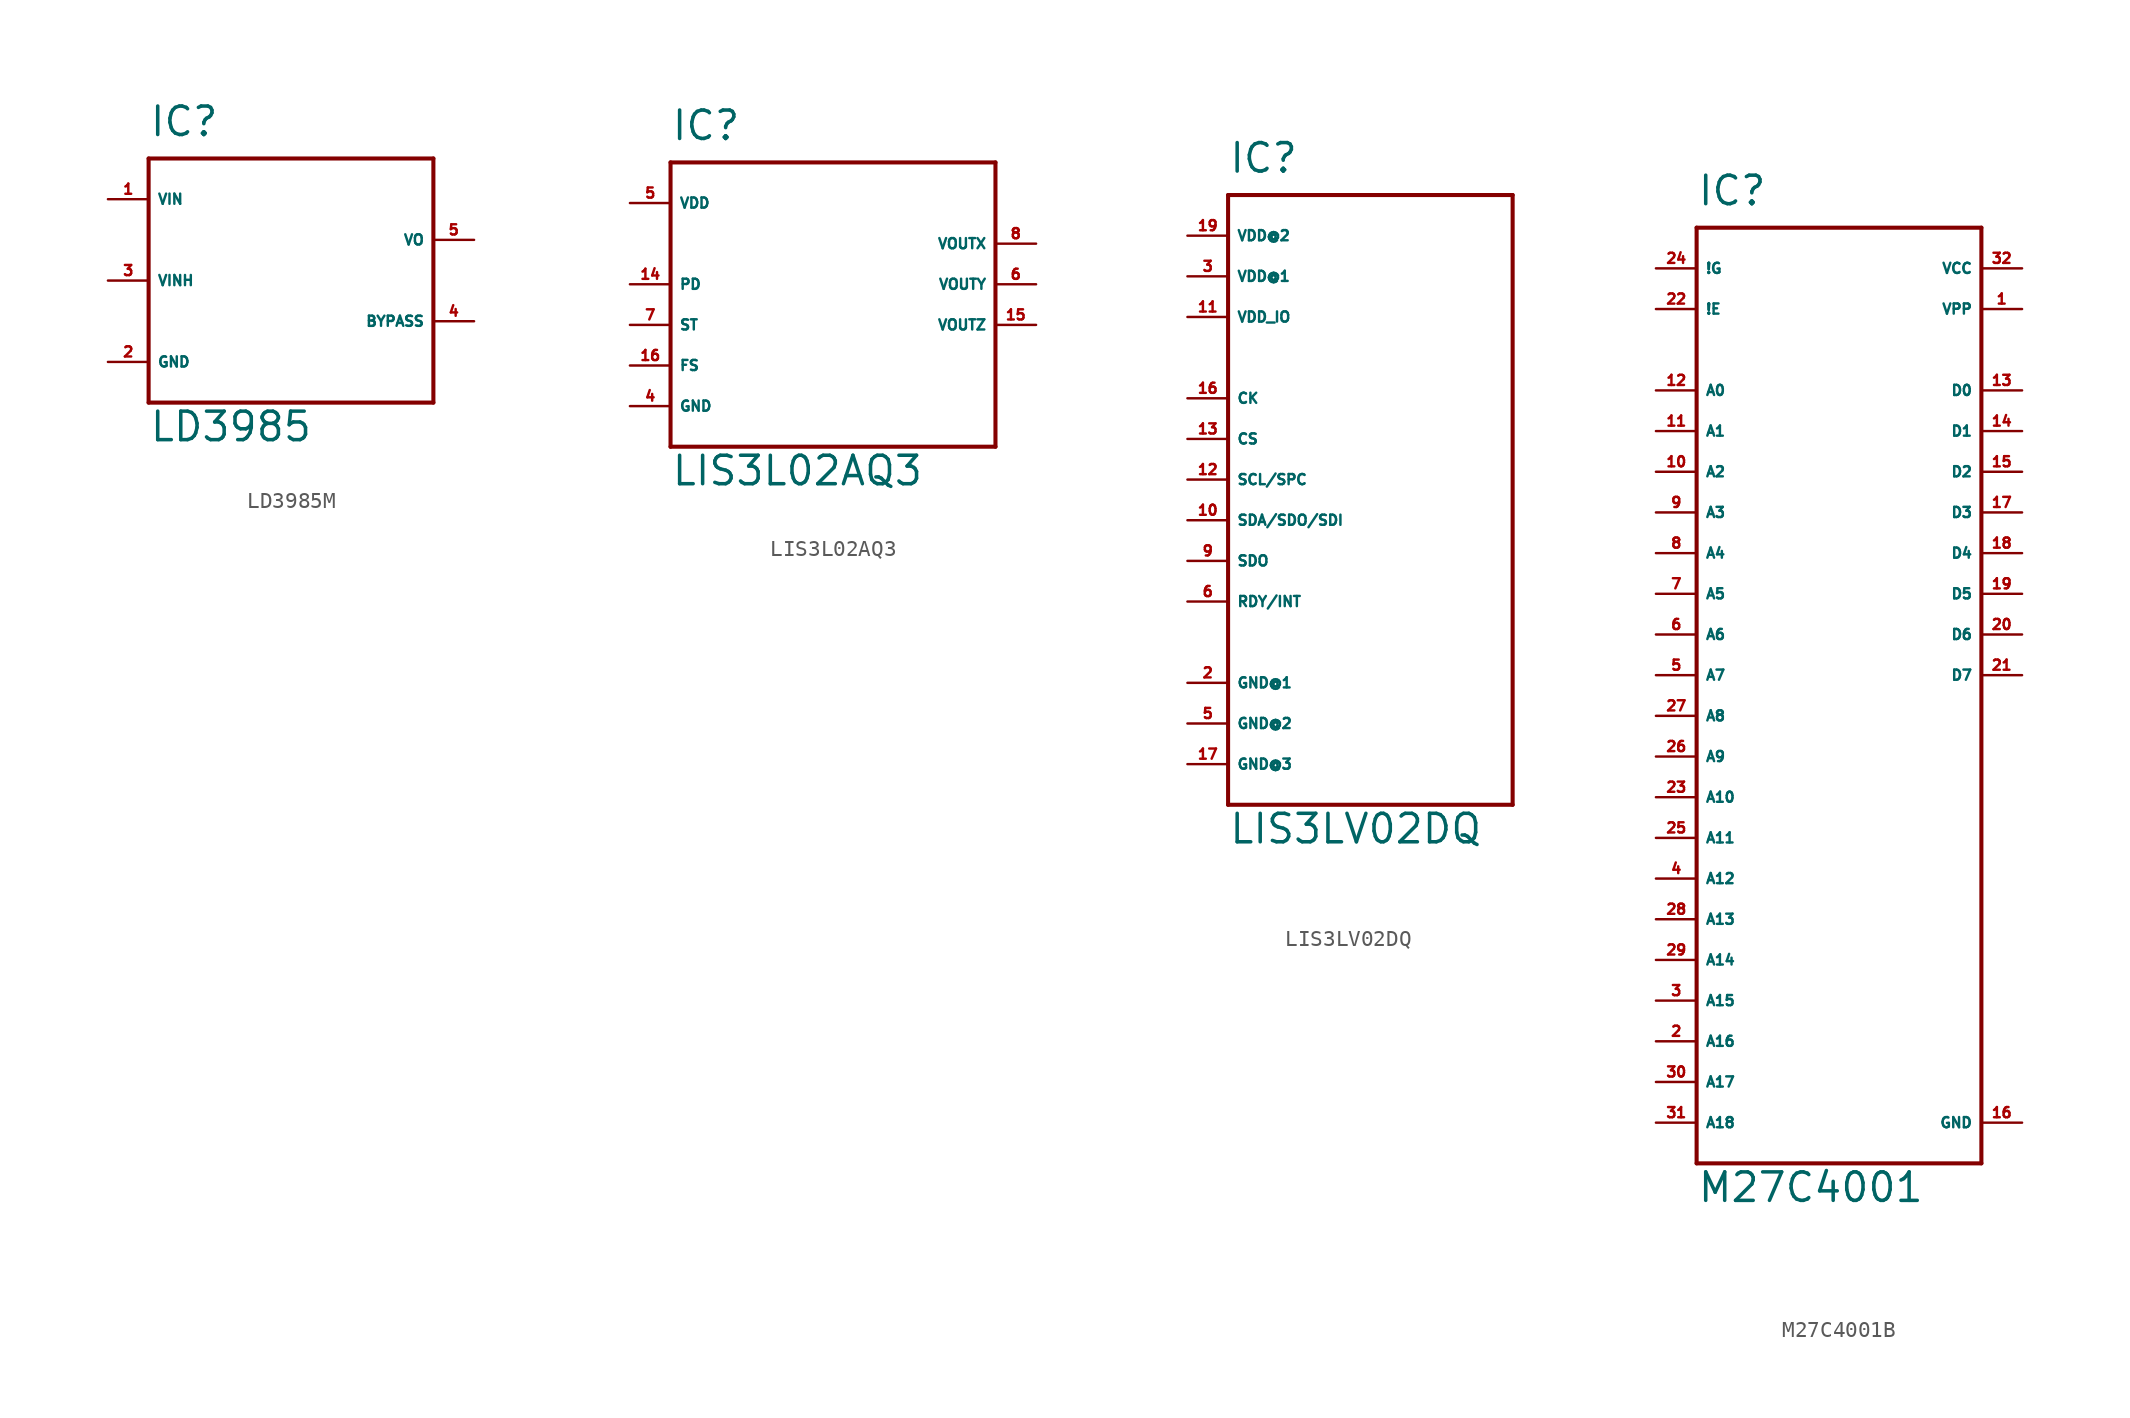
<source format=kicad_sym>
(kicad_symbol_lib
  (version 20220914)
  (generator Eagle2Kicad)
  (symbol "LD3985M"
    (property "Reference" "IC"
      (at -10.16 8.89 0)
      (effects (font (size 1.778 1.778) (thickness 0.22)) (justify left bottom)))
    (property "Value" "LD3985"
      (at -10.16 -10.16 0)
      (effects (font (size 1.778 1.778) (thickness 0.22)) (justify left bottom)))
    (polyline
      (pts (xy -10.16 7.62) (xy 7.62 7.62))
      (stroke (width 0.254) (type default))
      (fill (type none)))
    (polyline
      (pts (xy 7.62 7.62) (xy 7.62 -7.62))
      (stroke (width 0.254) (type default))
      (fill (type none)))
    (polyline
      (pts (xy 7.62 -7.62) (xy -10.16 -7.62))
      (stroke (width 0.254) (type default))
      (fill (type none)))
    (polyline
      (pts (xy -10.16 -7.62) (xy -10.16 7.62))
      (stroke (width 0.254) (type default))
      (fill (type none)))
    (pin input line
      (at -12.7 5.08 0)
      (length 2.54)
      (name "VIN" (effects (font (size 0.635 0.635) (thickness 0.08)) (justify left bottom)))
      (number "1" (effects (font (size 0.635 0.635) (thickness 0.08)) (justify left bottom))))
    (pin input line
      (at -12.7 0 0)
      (length 2.54)
      (name "VINH" (effects (font (size 0.635 0.635) (thickness 0.08)) (justify left bottom)))
      (number "3" (effects (font (size 0.635 0.635) (thickness 0.08)) (justify left bottom))))
    (pin passive line
      (at 10.16 -2.54 180)
      (length 2.54)
      (name "BYPASS" (effects (font (size 0.635 0.635) (thickness 0.08)) (justify left bottom)))
      (number "4" (effects (font (size 0.635 0.635) (thickness 0.08)) (justify left bottom))))
    (pin unspecified line
      (at -12.7 -5.08 0)
      (length 2.54)
      (name "GND" (effects (font (size 0.635 0.635) (thickness 0.08)) (justify left bottom)))
      (number "2" (effects (font (size 0.635 0.635) (thickness 0.08)) (justify left bottom))))
    (pin output line
      (at 10.16 2.54 180)
      (length 2.54)
      (name "VO" (effects (font (size 0.635 0.635) (thickness 0.08)) (justify left bottom)))
      (number "5" (effects (font (size 0.635 0.635) (thickness 0.08)) (justify left bottom)))))
  (symbol "LIS3L02AQ3"
    (property "Reference" "IC"
      (at -10.16 8.89 0)
      (effects (font (size 1.778 1.778) (thickness 0.22)) (justify left bottom)))
    (property "Value" "LIS3L02AQ3"
      (at -10.16 -12.7 0)
      (effects (font (size 1.778 1.778) (thickness 0.22)) (justify left bottom)))
    (polyline
      (pts (xy -10.16 7.62) (xy 10.16 7.62))
      (stroke (width 0.254) (type default))
      (fill (type none)))
    (polyline
      (pts (xy 10.16 7.62) (xy 10.16 -10.16))
      (stroke (width 0.254) (type default))
      (fill (type none)))
    (polyline
      (pts (xy 10.16 -10.16) (xy -10.16 -10.16))
      (stroke (width 0.254) (type default))
      (fill (type none)))
    (polyline
      (pts (xy -10.16 -10.16) (xy -10.16 7.62))
      (stroke (width 0.254) (type default))
      (fill (type none)))
    (pin unspecified line
      (at -12.7 -7.62 0)
      (length 2.54)
      (name "GND" (effects (font (size 0.635 0.635) (thickness 0.08)) (justify left bottom)))
      (number "4" (effects (font (size 0.635 0.635) (thickness 0.08)) (justify left bottom))))
    (pin unspecified line
      (at -12.7 5.08 0)
      (length 2.54)
      (name "VDD" (effects (font (size 0.635 0.635) (thickness 0.08)) (justify left bottom)))
      (number "5" (effects (font (size 0.635 0.635) (thickness 0.08)) (justify left bottom))))
    (pin output line
      (at 12.7 0 180)
      (length 2.54)
      (name "VOUTY" (effects (font (size 0.635 0.635) (thickness 0.08)) (justify left bottom)))
      (number "6" (effects (font (size 0.635 0.635) (thickness 0.08)) (justify left bottom))))
    (pin input line
      (at -12.7 0 0)
      (length 2.54)
      (name "PD" (effects (font (size 0.635 0.635) (thickness 0.08)) (justify left bottom)))
      (number "14" (effects (font (size 0.635 0.635) (thickness 0.08)) (justify left bottom))))
    (pin input line
      (at -12.7 -2.54 0)
      (length 2.54)
      (name "ST" (effects (font (size 0.635 0.635) (thickness 0.08)) (justify left bottom)))
      (number "7" (effects (font (size 0.635 0.635) (thickness 0.08)) (justify left bottom))))
    (pin output line
      (at 12.7 2.54 180)
      (length 2.54)
      (name "VOUTX" (effects (font (size 0.635 0.635) (thickness 0.08)) (justify left bottom)))
      (number "8" (effects (font (size 0.635 0.635) (thickness 0.08)) (justify left bottom))))
    (pin output line
      (at 12.7 -2.54 180)
      (length 2.54)
      (name "VOUTZ" (effects (font (size 0.635 0.635) (thickness 0.08)) (justify left bottom)))
      (number "15" (effects (font (size 0.635 0.635) (thickness 0.08)) (justify left bottom))))
    (pin input line
      (at -12.7 -5.08 0)
      (length 2.54)
      (name "FS" (effects (font (size 0.635 0.635) (thickness 0.08)) (justify left bottom)))
      (number "16" (effects (font (size 0.635 0.635) (thickness 0.08)) (justify left bottom)))))
  (symbol "LIS3LV02DQ"
    (property "Reference" "IC"
      (at -10.16 19.05 0)
      (effects (font (size 1.778 1.778) (thickness 0.22)) (justify left bottom)))
    (property "Value" "LIS3LV02DQ"
      (at -10.16 -22.86 0)
      (effects (font (size 1.778 1.778) (thickness 0.22)) (justify left bottom)))
    (polyline
      (pts (xy -10.16 17.78) (xy 7.62 17.78))
      (stroke (width 0.254) (type default))
      (fill (type none)))
    (polyline
      (pts (xy 7.62 17.78) (xy 7.62 -20.32))
      (stroke (width 0.254) (type default))
      (fill (type none)))
    (polyline
      (pts (xy 7.62 -20.32) (xy -10.16 -20.32))
      (stroke (width 0.254) (type default))
      (fill (type none)))
    (polyline
      (pts (xy -10.16 -20.32) (xy -10.16 17.78))
      (stroke (width 0.254) (type default))
      (fill (type none)))
    (pin input line
      (at -12.7 2.54 0)
      (length 2.54)
      (name "CS" (effects (font (size 0.635 0.635) (thickness 0.08)) (justify left bottom)))
      (number "13" (effects (font (size 0.635 0.635) (thickness 0.08)) (justify left bottom))))
    (pin input line
      (at -12.7 0 0)
      (length 2.54)
      (name "SCL/SPC" (effects (font (size 0.635 0.635) (thickness 0.08)) (justify left bottom)))
      (number "12" (effects (font (size 0.635 0.635) (thickness 0.08)) (justify left bottom))))
    (pin bidirectional line
      (at -12.7 -2.54 0)
      (length 2.54)
      (name "SDA/SDO/SDI" (effects (font (size 0.635 0.635) (thickness 0.08)) (justify left bottom)))
      (number "10" (effects (font (size 0.635 0.635) (thickness 0.08)) (justify left bottom))))
    (pin output line
      (at -12.7 -5.08 0)
      (length 2.54)
      (name "SDO" (effects (font (size 0.635 0.635) (thickness 0.08)) (justify left bottom)))
      (number "9" (effects (font (size 0.635 0.635) (thickness 0.08)) (justify left bottom))))
    (pin bidirectional line
      (at -12.7 -7.62 0)
      (length 2.54)
      (name "RDY/INT" (effects (font (size 0.635 0.635) (thickness 0.08)) (justify left bottom)))
      (number "6" (effects (font (size 0.635 0.635) (thickness 0.08)) (justify left bottom))))
    (pin unspecified line
      (at -12.7 10.16 0)
      (length 2.54)
      (name "VDD_IO" (effects (font (size 0.635 0.635) (thickness 0.08)) (justify left bottom)))
      (number "11" (effects (font (size 0.635 0.635) (thickness 0.08)) (justify left bottom))))
    (pin unspecified line
      (at -12.7 -12.7 0)
      (length 2.54)
      (name "GND@1" (effects (font (size 0.635 0.635) (thickness 0.08)) (justify left bottom)))
      (number "2" (effects (font (size 0.635 0.635) (thickness 0.08)) (justify left bottom))))
    (pin unspecified line
      (at -12.7 -15.24 0)
      (length 2.54)
      (name "GND@2" (effects (font (size 0.635 0.635) (thickness 0.08)) (justify left bottom)))
      (number "5" (effects (font (size 0.635 0.635) (thickness 0.08)) (justify left bottom))))
    (pin unspecified line
      (at -12.7 -17.78 0)
      (length 2.54)
      (name "GND@3" (effects (font (size 0.635 0.635) (thickness 0.08)) (justify left bottom)))
      (number "17" (effects (font (size 0.635 0.635) (thickness 0.08)) (justify left bottom))))
    (pin unspecified line
      (at -12.7 12.7 0)
      (length 2.54)
      (name "VDD@1" (effects (font (size 0.635 0.635) (thickness 0.08)) (justify left bottom)))
      (number "3" (effects (font (size 0.635 0.635) (thickness 0.08)) (justify left bottom))))
    (pin unspecified line
      (at -12.7 15.24 0)
      (length 2.54)
      (name "VDD@2" (effects (font (size 0.635 0.635) (thickness 0.08)) (justify left bottom)))
      (number "19" (effects (font (size 0.635 0.635) (thickness 0.08)) (justify left bottom))))
    (pin input line
      (at -12.7 5.08 0)
      (length 2.54)
      (name "CK" (effects (font (size 0.635 0.635) (thickness 0.08)) (justify left bottom)))
      (number "16" (effects (font (size 0.635 0.635) (thickness 0.08)) (justify left bottom)))))
  (symbol "M27C4001B"
    (property "Reference" "IC"
      (at -7.62 29.21 0)
      (effects (font (size 1.778 1.778) (thickness 0.22)) (justify left bottom)))
    (property "Value" "M27C4001"
      (at -7.62 -33.02 0)
      (effects (font (size 1.778 1.778) (thickness 0.22)) (justify left bottom)))
    (polyline
      (pts (xy -7.62 27.94) (xy 10.16 27.94))
      (stroke (width 0.254) (type default))
      (fill (type none)))
    (polyline
      (pts (xy 10.16 27.94) (xy 10.16 -30.48))
      (stroke (width 0.254) (type default))
      (fill (type none)))
    (polyline
      (pts (xy 10.16 -30.48) (xy -7.62 -30.48))
      (stroke (width 0.254) (type default))
      (fill (type none)))
    (polyline
      (pts (xy -7.62 -30.48) (xy -7.62 27.94))
      (stroke (width 0.254) (type default))
      (fill (type none)))
    (pin unspecified line
      (at 12.7 25.4 180)
      (length 2.54)
      (name "VCC" (effects (font (size 0.635 0.635) (thickness 0.08)) (justify left bottom)))
      (number "32" (effects (font (size 0.635 0.635) (thickness 0.08)) (justify left bottom))))
    (pin unspecified line
      (at 12.7 22.86 180)
      (length 2.54)
      (name "VPP" (effects (font (size 0.635 0.635) (thickness 0.08)) (justify left bottom)))
      (number "1" (effects (font (size 0.635 0.635) (thickness 0.08)) (justify left bottom))))
    (pin unspecified line
      (at 12.7 -27.94 180)
      (length 2.54)
      (name "GND" (effects (font (size 0.635 0.635) (thickness 0.08)) (justify left bottom)))
      (number "16" (effects (font (size 0.635 0.635) (thickness 0.08)) (justify left bottom))))
    (pin input line
      (at -10.16 17.78 0)
      (length 2.54)
      (name "A0" (effects (font (size 0.635 0.635) (thickness 0.08)) (justify left bottom)))
      (number "12" (effects (font (size 0.635 0.635) (thickness 0.08)) (justify left bottom))))
    (pin input line
      (at -10.16 15.24 0)
      (length 2.54)
      (name "A1" (effects (font (size 0.635 0.635) (thickness 0.08)) (justify left bottom)))
      (number "11" (effects (font (size 0.635 0.635) (thickness 0.08)) (justify left bottom))))
    (pin input line
      (at -10.16 12.7 0)
      (length 2.54)
      (name "A2" (effects (font (size 0.635 0.635) (thickness 0.08)) (justify left bottom)))
      (number "10" (effects (font (size 0.635 0.635) (thickness 0.08)) (justify left bottom))))
    (pin input line
      (at -10.16 10.16 0)
      (length 2.54)
      (name "A3" (effects (font (size 0.635 0.635) (thickness 0.08)) (justify left bottom)))
      (number "9" (effects (font (size 0.635 0.635) (thickness 0.08)) (justify left bottom))))
    (pin input line
      (at -10.16 7.62 0)
      (length 2.54)
      (name "A4" (effects (font (size 0.635 0.635) (thickness 0.08)) (justify left bottom)))
      (number "8" (effects (font (size 0.635 0.635) (thickness 0.08)) (justify left bottom))))
    (pin input line
      (at -10.16 5.08 0)
      (length 2.54)
      (name "A5" (effects (font (size 0.635 0.635) (thickness 0.08)) (justify left bottom)))
      (number "7" (effects (font (size 0.635 0.635) (thickness 0.08)) (justify left bottom))))
    (pin input line
      (at -10.16 2.54 0)
      (length 2.54)
      (name "A6" (effects (font (size 0.635 0.635) (thickness 0.08)) (justify left bottom)))
      (number "6" (effects (font (size 0.635 0.635) (thickness 0.08)) (justify left bottom))))
    (pin input line
      (at -10.16 0 0)
      (length 2.54)
      (name "A7" (effects (font (size 0.635 0.635) (thickness 0.08)) (justify left bottom)))
      (number "5" (effects (font (size 0.635 0.635) (thickness 0.08)) (justify left bottom))))
    (pin input line
      (at -10.16 -2.54 0)
      (length 2.54)
      (name "A8" (effects (font (size 0.635 0.635) (thickness 0.08)) (justify left bottom)))
      (number "27" (effects (font (size 0.635 0.635) (thickness 0.08)) (justify left bottom))))
    (pin input line
      (at -10.16 -5.08 0)
      (length 2.54)
      (name "A9" (effects (font (size 0.635 0.635) (thickness 0.08)) (justify left bottom)))
      (number "26" (effects (font (size 0.635 0.635) (thickness 0.08)) (justify left bottom))))
    (pin input line
      (at -10.16 -7.62 0)
      (length 2.54)
      (name "A10" (effects (font (size 0.635 0.635) (thickness 0.08)) (justify left bottom)))
      (number "23" (effects (font (size 0.635 0.635) (thickness 0.08)) (justify left bottom))))
    (pin input line
      (at -10.16 -10.16 0)
      (length 2.54)
      (name "A11" (effects (font (size 0.635 0.635) (thickness 0.08)) (justify left bottom)))
      (number "25" (effects (font (size 0.635 0.635) (thickness 0.08)) (justify left bottom))))
    (pin input line
      (at -10.16 -12.7 0)
      (length 2.54)
      (name "A12" (effects (font (size 0.635 0.635) (thickness 0.08)) (justify left bottom)))
      (number "4" (effects (font (size 0.635 0.635) (thickness 0.08)) (justify left bottom))))
    (pin input line
      (at -10.16 -15.24 0)
      (length 2.54)
      (name "A13" (effects (font (size 0.635 0.635) (thickness 0.08)) (justify left bottom)))
      (number "28" (effects (font (size 0.635 0.635) (thickness 0.08)) (justify left bottom))))
    (pin input line
      (at -10.16 -17.78 0)
      (length 2.54)
      (name "A14" (effects (font (size 0.635 0.635) (thickness 0.08)) (justify left bottom)))
      (number "29" (effects (font (size 0.635 0.635) (thickness 0.08)) (justify left bottom))))
    (pin input line
      (at -10.16 -20.32 0)
      (length 2.54)
      (name "A15" (effects (font (size 0.635 0.635) (thickness 0.08)) (justify left bottom)))
      (number "3" (effects (font (size 0.635 0.635) (thickness 0.08)) (justify left bottom))))
    (pin input line
      (at -10.16 -22.86 0)
      (length 2.54)
      (name "A16" (effects (font (size 0.635 0.635) (thickness 0.08)) (justify left bottom)))
      (number "2" (effects (font (size 0.635 0.635) (thickness 0.08)) (justify left bottom))))
    (pin input line
      (at -10.16 -25.4 0)
      (length 2.54)
      (name "A17" (effects (font (size 0.635 0.635) (thickness 0.08)) (justify left bottom)))
      (number "30" (effects (font (size 0.635 0.635) (thickness 0.08)) (justify left bottom))))
    (pin input line
      (at -10.16 -27.94 0)
      (length 2.54)
      (name "A18" (effects (font (size 0.635 0.635) (thickness 0.08)) (justify left bottom)))
      (number "31" (effects (font (size 0.635 0.635) (thickness 0.08)) (justify left bottom))))
    (pin tri_state line
      (at 12.7 17.78 180)
      (length 2.54)
      (name "D0" (effects (font (size 0.635 0.635) (thickness 0.08)) (justify left bottom)))
      (number "13" (effects (font (size 0.635 0.635) (thickness 0.08)) (justify left bottom))))
    (pin tri_state line
      (at 12.7 15.24 180)
      (length 2.54)
      (name "D1" (effects (font (size 0.635 0.635) (thickness 0.08)) (justify left bottom)))
      (number "14" (effects (font (size 0.635 0.635) (thickness 0.08)) (justify left bottom))))
    (pin tri_state line
      (at 12.7 12.7 180)
      (length 2.54)
      (name "D2" (effects (font (size 0.635 0.635) (thickness 0.08)) (justify left bottom)))
      (number "15" (effects (font (size 0.635 0.635) (thickness 0.08)) (justify left bottom))))
    (pin tri_state line
      (at 12.7 10.16 180)
      (length 2.54)
      (name "D3" (effects (font (size 0.635 0.635) (thickness 0.08)) (justify left bottom)))
      (number "17" (effects (font (size 0.635 0.635) (thickness 0.08)) (justify left bottom))))
    (pin tri_state line
      (at 12.7 7.62 180)
      (length 2.54)
      (name "D4" (effects (font (size 0.635 0.635) (thickness 0.08)) (justify left bottom)))
      (number "18" (effects (font (size 0.635 0.635) (thickness 0.08)) (justify left bottom))))
    (pin tri_state line
      (at 12.7 5.08 180)
      (length 2.54)
      (name "D5" (effects (font (size 0.635 0.635) (thickness 0.08)) (justify left bottom)))
      (number "19" (effects (font (size 0.635 0.635) (thickness 0.08)) (justify left bottom))))
    (pin tri_state line
      (at 12.7 2.54 180)
      (length 2.54)
      (name "D6" (effects (font (size 0.635 0.635) (thickness 0.08)) (justify left bottom)))
      (number "20" (effects (font (size 0.635 0.635) (thickness 0.08)) (justify left bottom))))
    (pin tri_state line
      (at 12.7 0 180)
      (length 2.54)
      (name "D7" (effects (font (size 0.635 0.635) (thickness 0.08)) (justify left bottom)))
      (number "21" (effects (font (size 0.635 0.635) (thickness 0.08)) (justify left bottom))))
    (pin input line
      (at -10.16 25.4 0)
      (length 2.54)
      (name "!G" (effects (font (size 0.635 0.635) (thickness 0.08)) (justify left bottom)))
      (number "24" (effects (font (size 0.635 0.635) (thickness 0.08)) (justify left bottom))))
    (pin input line
      (at -10.16 22.86 0)
      (length 2.54)
      (name "!E" (effects (font (size 0.635 0.635) (thickness 0.08)) (justify left bottom)))
      (number "22" (effects (font (size 0.635 0.635) (thickness 0.08)) (justify left bottom))))))
</source>
